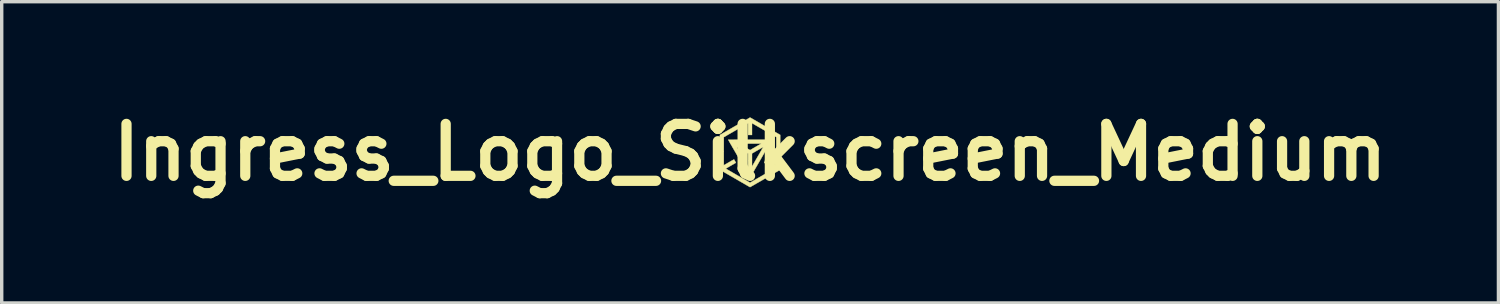
<source format=kicad_pcb>
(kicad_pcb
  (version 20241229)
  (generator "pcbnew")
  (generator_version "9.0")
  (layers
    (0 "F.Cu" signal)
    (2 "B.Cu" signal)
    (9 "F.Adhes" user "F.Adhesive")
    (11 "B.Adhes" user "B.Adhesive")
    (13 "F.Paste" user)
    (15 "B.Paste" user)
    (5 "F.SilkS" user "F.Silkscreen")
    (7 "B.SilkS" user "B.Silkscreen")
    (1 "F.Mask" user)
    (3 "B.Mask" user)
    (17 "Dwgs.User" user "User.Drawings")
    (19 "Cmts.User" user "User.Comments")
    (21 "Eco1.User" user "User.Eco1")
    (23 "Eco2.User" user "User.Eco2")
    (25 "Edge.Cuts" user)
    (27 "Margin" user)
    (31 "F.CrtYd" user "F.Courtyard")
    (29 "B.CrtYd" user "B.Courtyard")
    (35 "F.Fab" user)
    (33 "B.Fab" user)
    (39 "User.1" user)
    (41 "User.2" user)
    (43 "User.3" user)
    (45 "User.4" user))
  (footprint "Ingress_Logo_Silkscreen_Medium"
    (layer "F.Cu")
    (at 18.948 1.418)
    (property "Reference" "Ingress_Logo_Silkscreen_Medium" (at 0 0 0) (layer "F.SilkS") (effects (font (size 1.524 1.524) (thickness 0.3))))
    (attr through_hole)
    (fp_poly (pts (xy 0.251 -0.372) (xy 0.283 -0.372) (xy 0.315 -0.372) (xy 0.345 -0.372) (xy 0.374 -0.372) (xy 0.403 -0.372) (xy 0.43 -0.372) (xy 0.456 -0.372) (xy 0.481 -0.372) (xy 0.504 -0.372) (xy 0.526 -0.372) (xy 0.546 -0.372) (xy 0.564 -0.372) (xy 0.581 -0.371) (xy 0.596 -0.371) (xy 0.609 -0.371) (xy 0.62 -0.371) (xy 0.629 -0.371) (xy 0.636 -0.371) (xy 0.64 -0.371) (xy 0.642 -0.371) (xy 0.642 -0.371) (xy 0.642 -0.37) (xy 0.64 -0.366) (xy 0.637 -0.361) (xy 0.633 -0.354) (xy 0.628 -0.345) (xy 0.622 -0.335) (xy 0.615 -0.323) (xy 0.607 -0.309) (xy 0.598 -0.294) (xy 0.589 -0.278) (xy 0.579 -0.26) (xy 0.568 -0.241) (xy 0.557 -0.221) (xy 0.544 -0.2) (xy 0.532 -0.178) (xy 0.519 -0.156) (xy 0.505 -0.133) (xy 0.492 -0.109) (xy 0.478 -0.084) (xy 0.463 -0.059) (xy 0.449 -0.034) (xy 0.434 -0.008) (xy 0.419 0.017) (xy 0.404 0.043) (xy 0.389 0.069) (xy 0.374 0.095) (xy 0.36 0.12) (xy 0.345 0.145) (xy 0.331 0.17) (xy 0.317 0.195) (xy 0.303 0.219) (xy 0.289 0.242) (xy 0.276 0.264) (xy 0.264 0.286) (xy 0.252 0.307) (xy 0.24 0.327) (xy 0.229 0.346) (xy 0.219 0.363) (xy 0.21 0.38) (xy 0.201 0.395) (xy 0.193 0.408) (xy 0.186 0.42) (xy 0.18 0.431) (xy 0.175 0.44) (xy 0.171 0.446) (xy 0.168 0.452) (xy 0.166 0.455) (xy 0.166 0.455) (xy 0.165 0.457) (xy 0.162 0.462) (xy 0.158 0.469) (xy 0.153 0.477) (xy 0.147 0.487) (xy 0.141 0.499) (xy 0.133 0.511) (xy 0.126 0.525) (xy 0.117 0.54) (xy 0.108 0.555) (xy 0.099 0.572) (xy 0.089 0.589) (xy 0.079 0.605) (xy 0.07 0.622) (xy 0.06 0.638) (xy 0.051 0.654) (xy 0.043 0.669) (xy 0.035 0.682) (xy 0.027 0.695) (xy 0.021 0.706) (xy 0.015 0.716) (xy 0.01 0.725) (xy 0.006 0.732) (xy 0.003 0.737) (xy 0.001 0.74) (xy 0.000013 0.742) (xy 0 0.742) (xy -0.001 0.741) (xy -0.003 0.737) (xy -0.006 0.732) (xy -0.01 0.725) (xy -0.015 0.716) (xy -0.021 0.705) (xy -0.029 0.693) (xy -0.037 0.678) (xy -0.046 0.662) (xy -0.056 0.645) (xy -0.067 0.626) (xy -0.079 0.605) (xy -0.092 0.583) (xy -0.105 0.56) (xy -0.119 0.535) (xy -0.134 0.51) (xy -0.15 0.483) (xy -0.166 0.455) (xy -0.183 0.426) (xy -0.2 0.396) (xy -0.218 0.365) (xy -0.236 0.334) (xy -0.255 0.302) (xy -0.274 0.268) (xy -0.293 0.235) (xy -0.313 0.201) (xy -0.321 0.186) (xy -0.519 -0.157) (xy -0.387 -0.157) (xy -0.386 -0.156) (xy -0.384 -0.153) (xy -0.382 -0.148) (xy -0.378 -0.141) (xy -0.373 -0.132) (xy -0.367 -0.122) (xy -0.36 -0.11) (xy -0.353 -0.097) (xy -0.344 -0.083) (xy -0.335 -0.067) (xy -0.326 -0.05) (xy -0.316 -0.033) (xy -0.305 -0.014) (xy -0.294 0.005) (xy -0.283 0.025) (xy -0.271 0.045) (xy -0.259 0.066) (xy -0.247 0.087) (xy -0.234 0.108) (xy -0.222 0.13) (xy -0.21 0.151) (xy -0.197 0.173) (xy -0.185 0.194) (xy -0.173 0.214) (xy -0.161 0.235) (xy -0.15 0.255) (xy -0.139 0.274) (xy -0.128 0.292) (xy -0.118 0.31) (xy -0.109 0.326) (xy -0.1 0.342) (xy -0.091 0.356) (xy -0.084 0.369) (xy -0.077 0.38) (xy -0.071 0.39) (xy -0.066 0.399) (xy -0.063 0.406) (xy -0.06 0.41) (xy -0.058 0.413) (xy -0.057 0.414) (xy -0.057 0.413) (xy -0.057 0.409) (xy -0.057 0.404) (xy -0.057 0.396) (xy -0.057 0.386) (xy -0.057 0.374) (xy -0.057 0.361) (xy -0.057 0.346) (xy -0.057 0.33) (xy -0.057 0.313) (xy -0.057 0.294) (xy -0.057 0.274) (xy -0.057 0.254) (xy -0.057 0.232) (xy -0.057 0.224) (xy 0.057 0.224) (xy 0.057 0.25) (xy 0.057 0.273) (xy 0.057 0.294) (xy 0.057 0.314) (xy 0.057 0.331) (xy 0.057 0.346) (xy 0.057 0.359) (xy 0.057 0.37) (xy 0.057 0.38) (xy 0.057 0.388) (xy 0.058 0.395) (xy 0.058 0.401) (xy 0.058 0.405) (xy 0.058 0.408) (xy 0.058 0.411) (xy 0.058 0.412) (xy 0.059 0.412) (xy 0.059 0.412) (xy 0.06 0.411) (xy 0.062 0.407) (xy 0.065 0.402) (xy 0.069 0.395) (xy 0.073 0.387) (xy 0.079 0.378) (xy 0.085 0.367) (xy 0.092 0.355) (xy 0.099 0.343) (xy 0.105 0.332) (xy 0.113 0.319) (xy 0.12 0.307) (xy 0.127 0.295) (xy 0.133 0.284) (xy 0.138 0.275) (xy 0.143 0.266) (xy 0.147 0.259) (xy 0.15 0.254) (xy 0.152 0.251) (xy 0.153 0.249) (xy 0.154 0.248) (xy 0.156 0.244) (xy 0.159 0.239) (xy 0.163 0.231) (xy 0.168 0.222) (xy 0.174 0.212) (xy 0.181 0.2) (xy 0.189 0.186) (xy 0.198 0.171) (xy 0.207 0.155) (xy 0.217 0.138) (xy 0.227 0.12) (xy 0.238 0.102) (xy 0.249 0.082) (xy 0.261 0.062) (xy 0.271 0.045) (xy 0.283 0.024) (xy 0.294 0.004) (xy 0.305 -0.015) (xy 0.316 -0.034) (xy 0.326 -0.051) (xy 0.336 -0.068) (xy 0.345 -0.084) (xy 0.353 -0.098) (xy 0.36 -0.111) (xy 0.367 -0.122) (xy 0.373 -0.132) (xy 0.378 -0.141) (xy 0.381 -0.148) (xy 0.384 -0.152) (xy 0.386 -0.155) (xy 0.386 -0.156) (xy 0.385 -0.156) (xy 0.382 -0.154) (xy 0.377 -0.151) (xy 0.37 -0.147) (xy 0.362 -0.142) (xy 0.352 -0.137) (xy 0.341 -0.13) (xy 0.329 -0.123) (xy 0.315 -0.116) (xy 0.301 -0.107) (xy 0.285 -0.099) (xy 0.269 -0.089) (xy 0.26 -0.084) (xy 0.243 -0.074) (xy 0.226 -0.064) (xy 0.209 -0.054) (xy 0.192 -0.045) (xy 0.176 -0.036) (xy 0.161 -0.027) (xy 0.147 -0.019) (xy 0.134 -0.011) (xy 0.122 -0.004) (xy 0.112 0.002) (xy 0.103 0.006) (xy 0.097 0.01) (xy 0.096 0.011) (xy 0.057 0.033) (xy 0.057 0.224) (xy -0.057 0.224) (xy -0.057 0.224) (xy -0.057 0.033) (xy -0.222 -0.062) (xy -0.24 -0.073) (xy -0.258 -0.083) (xy -0.276 -0.093) (xy -0.292 -0.103) (xy -0.308 -0.112) (xy -0.322 -0.12) (xy -0.336 -0.128) (xy -0.348 -0.135) (xy -0.358 -0.141) (xy -0.368 -0.146) (xy -0.375 -0.15) (xy -0.381 -0.154) (xy -0.385 -0.156) (xy -0.387 -0.157) (xy -0.387 -0.157) (xy -0.519 -0.157) (xy -0.576 -0.256) (xy -0.33 -0.256) (xy -0.165 -0.161) (xy -0.146 -0.15) (xy -0.128 -0.14) (xy -0.111 -0.13) (xy -0.094 -0.12) (xy -0.079 -0.111) (xy -0.064 -0.103) (xy -0.051 -0.095) (xy -0.039 -0.088) (xy -0.028 -0.082) (xy -0.019 -0.077) (xy -0.011 -0.073) (xy -0.005 -0.07) (xy -0.002 -0.067) (xy 0.000419 -0.066) (xy 0.001 -0.066) (xy 0.002 -0.067) (xy 0.005 -0.069) (xy 0.01 -0.072) (xy 0.016 -0.075) (xy 0.024 -0.079) (xy 0.032 -0.084) (xy 0.04 -0.089) (xy 0.047 -0.093) (xy 0.055 -0.098) (xy 0.065 -0.103) (xy 0.076 -0.11) (xy 0.089 -0.118) (xy 0.103 -0.126) (xy 0.119 -0.134) (xy 0.134 -0.144) (xy 0.151 -0.153) (xy 0.168 -0.163) (xy 0.185 -0.173) (xy 0.202 -0.183) (xy 0.204 -0.184) (xy 0.329 -0.256) (xy 0.164 -0.256) (xy 0.14 -0.256) (xy 0.114 -0.256) (xy 0.086 -0.257) (xy 0.057 -0.257) (xy 0.028 -0.257) (xy -0.003 -0.257) (xy -0.033 -0.257) (xy -0.063 -0.257) (xy -0.092 -0.257) (xy -0.119 -0.256) (xy -0.145 -0.256) (xy -0.165 -0.256) (xy -0.33 -0.256) (xy -0.576 -0.256) (xy -0.642 -0.37) (xy -0.421 -0.371) (xy -0.392 -0.371) (xy -0.361 -0.371) (xy -0.33 -0.371) (xy -0.298 -0.371) (xy -0.265 -0.371) (xy -0.232 -0.371) (xy -0.198 -0.372) (xy -0.163 -0.372) (xy -0.128 -0.372) (xy -0.093 -0.372) (xy -0.058 -0.372) (xy -0.023 -0.372) (xy 0.012 -0.372) (xy 0.047 -0.372) (xy 0.082 -0.372) (xy 0.117 -0.372) (xy 0.151 -0.372) (xy 0.185 -0.372) (xy 0.219 -0.372) (xy 0.251 -0.372)) (stroke (width 0.01) (type solid)) (fill yes) (layer "F.SilkS"))
    (fp_poly (pts (xy 0.442 -0.767) (xy 0.884 -0.512) (xy 0.884 0.512) (xy 0.543 0.708) (xy 0.502 0.732) (xy 0.464 0.754) (xy 0.427 0.775) (xy 0.392 0.795) (xy 0.36 0.814) (xy 0.329 0.832) (xy 0.3 0.848) (xy 0.273 0.864) (xy 0.247 0.879) (xy 0.223 0.893) (xy 0.201 0.905) (xy 0.18 0.917) (xy 0.161 0.929) (xy 0.143 0.939) (xy 0.127 0.948) (xy 0.112 0.957) (xy 0.098 0.965) (xy 0.085 0.972) (xy 0.073 0.979) (xy 0.063 0.985) (xy 0.054 0.99) (xy 0.045 0.995) (xy 0.038 0.999) (xy 0.031 1.003) (xy 0.025 1.006) (xy 0.02 1.009) (xy 0.016 1.012) (xy 0.013 1.014) (xy 0.01 1.015) (xy 0.007 1.017) (xy 0.005 1.018) (xy 0.003 1.019) (xy 0.002 1.019) (xy 0.001 1.02) (xy 0.001 1.02) (xy 0.000389 1.02) (xy 0.000154 1.02) (xy -0.001 1.02) (xy -0.005 1.018) (xy -0.01 1.016) (xy -0.016 1.012) (xy -0.022 1.009) (xy -0.024 1.007) (xy -0.028 1.005) (xy -0.035 1.001) (xy -0.042 0.997) (xy -0.052 0.991) (xy -0.063 0.985) (xy -0.075 0.978) (xy -0.089 0.97) (xy -0.103 0.962) (xy -0.118 0.953) (xy -0.133 0.944) (xy -0.149 0.935) (xy -0.162 0.928) (xy -0.173 0.921) (xy -0.186 0.914) (xy -0.201 0.905) (xy -0.218 0.895) (xy -0.237 0.885) (xy -0.257 0.873) (xy -0.278 0.861) (xy -0.301 0.848) (xy -0.324 0.834) (xy -0.349 0.82) (xy -0.374 0.805) (xy -0.4 0.79) (xy -0.426 0.775) (xy -0.453 0.76) (xy -0.48 0.744) (xy -0.508 0.728) (xy -0.535 0.712) (xy -0.562 0.697) (xy -0.581 0.686) (xy -0.884 0.511) (xy -0.884 -0.445) (xy -0.77 -0.445) (xy -0.77 -0.033) (xy -0.77 -0.002) (xy -0.77 0.03) (xy -0.77 0.06) (xy -0.77 0.09) (xy -0.77 0.118) (xy -0.77 0.146) (xy -0.77 0.173) (xy -0.77 0.198) (xy -0.77 0.222) (xy -0.77 0.245) (xy -0.77 0.266) (xy -0.77 0.286) (xy -0.77 0.304) (xy -0.77 0.32) (xy -0.77 0.335) (xy -0.77 0.347) (xy -0.77 0.358) (xy -0.77 0.366) (xy -0.77 0.373) (xy -0.77 0.377) (xy -0.77 0.378) (xy -0.77 0.378) (xy -0.769 0.378) (xy -0.765 0.376) (xy -0.76 0.373) (xy -0.754 0.369) (xy -0.745 0.364) (xy -0.735 0.358) (xy -0.724 0.352) (xy -0.711 0.345) (xy -0.697 0.337) (xy -0.682 0.328) (xy -0.666 0.319) (xy -0.65 0.309) (xy -0.632 0.299) (xy -0.62 0.292) (xy -0.599 0.28) (xy -0.58 0.269) (xy -0.563 0.259) (xy -0.547 0.25) (xy -0.534 0.242) (xy -0.522 0.236) (xy -0.511 0.23) (xy -0.502 0.225) (xy -0.495 0.22) (xy -0.488 0.217) (xy -0.483 0.214) (xy -0.479 0.212) (xy -0.476 0.21) (xy -0.473 0.209) (xy -0.471 0.208) (xy -0.47 0.208) (xy -0.47 0.208) (xy -0.47 0.208) (xy -0.469 0.21) (xy -0.467 0.213) (xy -0.464 0.218) (xy -0.46 0.225) (xy -0.456 0.232) (xy -0.45 0.241) (xy -0.445 0.251) (xy -0.441 0.257) (xy -0.436 0.267) (xy -0.43 0.276) (xy -0.426 0.285) (xy -0.422 0.292) (xy -0.419 0.298) (xy -0.416 0.302) (xy -0.415 0.305) (xy -0.415 0.305) (xy -0.416 0.306) (xy -0.419 0.308) (xy -0.425 0.311) (xy -0.431 0.315) (xy -0.44 0.32) (xy -0.45 0.326) (xy -0.462 0.332) (xy -0.474 0.34) (xy -0.488 0.348) (xy -0.503 0.356) (xy -0.519 0.365) (xy -0.536 0.375) (xy -0.553 0.385) (xy -0.564 0.391) (xy -0.581 0.401) (xy -0.598 0.411) (xy -0.615 0.421) (xy -0.63 0.43) (xy -0.645 0.438) (xy -0.658 0.446) (xy -0.67 0.453) (xy -0.681 0.459) (xy -0.691 0.465) (xy -0.699 0.469) (xy -0.705 0.473) (xy -0.709 0.476) (xy -0.712 0.477) (xy -0.712 0.477) (xy -0.711 0.478) (xy -0.708 0.48) (xy -0.703 0.483) (xy -0.696 0.487) (xy -0.687 0.492) (xy -0.677 0.498) (xy -0.665 0.505) (xy -0.652 0.513) (xy -0.637 0.521) (xy -0.621 0.53) (xy -0.604 0.54) (xy -0.586 0.551) (xy -0.566 0.562) (xy -0.546 0.574) (xy -0.525 0.586) (xy -0.504 0.599) (xy -0.481 0.612) (xy -0.458 0.625) (xy -0.435 0.638) (xy -0.412 0.652) (xy -0.388 0.666) (xy -0.364 0.68) (xy -0.34 0.693) (xy -0.316 0.707) (xy -0.292 0.721) (xy -0.269 0.734) (xy -0.246 0.748) (xy -0.223 0.761) (xy -0.201 0.774) (xy -0.18 0.786) (xy -0.159 0.798) (xy -0.139 0.809) (xy -0.12 0.82) (xy -0.102 0.831) (xy -0.085 0.84) (xy -0.07 0.849) (xy -0.055 0.858) (xy -0.043 0.865) (xy -0.031 0.872) (xy -0.021 0.877) (xy -0.013 0.882) (xy -0.007 0.885) (xy -0.003 0.888) (xy -0.000363 0.889) (xy 0.000068 0.889) (xy 0.001 0.889) (xy 0.004 0.887) (xy 0.009 0.884) (xy 0.016 0.88) (xy 0.024 0.876) (xy 0.034 0.87) (xy 0.045 0.864) (xy 0.057 0.857) (xy 0.069 0.85) (xy 0.083 0.842) (xy 0.097 0.833) (xy 0.098 0.833) (xy 0.108 0.827) (xy 0.121 0.82) (xy 0.135 0.812) (xy 0.151 0.802) (xy 0.168 0.792) (xy 0.187 0.781) (xy 0.207 0.77) (xy 0.229 0.757) (xy 0.251 0.744) (xy 0.274 0.731) (xy 0.298 0.717) (xy 0.322 0.703) (xy 0.347 0.689) (xy 0.372 0.674) (xy 0.397 0.66) (xy 0.423 0.645) (xy 0.447 0.631) (xy 0.454 0.627) (xy 0.483 0.611) (xy 0.51 0.595) (xy 0.535 0.58) (xy 0.558 0.567) (xy 0.579 0.555) (xy 0.598 0.544) (xy 0.616 0.533) (xy 0.632 0.524) (xy 0.646 0.516) (xy 0.658 0.509) (xy 0.669 0.502) (xy 0.679 0.496) (xy 0.687 0.492) (xy 0.694 0.487) (xy 0.7 0.484) (xy 0.704 0.481) (xy 0.707 0.479) (xy 0.709 0.478) (xy 0.71 0.477) (xy 0.71 0.477) (xy 0.709 0.476) (xy 0.706 0.474) (xy 0.701 0.471) (xy 0.694 0.467) (xy 0.685 0.462) (xy 0.675 0.456) (xy 0.663 0.449) (xy 0.651 0.442) (xy 0.637 0.434) (xy 0.622 0.425) (xy 0.606 0.416) (xy 0.589 0.406) (xy 0.572 0.396) (xy 0.561 0.39) (xy 0.413 0.305) (xy 0.422 0.29) (xy 0.424 0.286) (xy 0.428 0.279) (xy 0.433 0.271) (xy 0.438 0.262) (xy 0.443 0.253) (xy 0.448 0.244) (xy 0.45 0.242) (xy 0.454 0.233) (xy 0.459 0.226) (xy 0.463 0.219) (xy 0.466 0.213) (xy 0.468 0.209) (xy 0.47 0.207) (xy 0.47 0.207) (xy 0.471 0.207) (xy 0.474 0.209) (xy 0.479 0.212) (xy 0.486 0.215) (xy 0.494 0.22) (xy 0.504 0.225) (xy 0.515 0.232) (xy 0.527 0.238) (xy 0.54 0.246) (xy 0.553 0.254) (xy 0.568 0.262) (xy 0.583 0.27) (xy 0.598 0.279) (xy 0.614 0.288) (xy 0.629 0.297) (xy 0.645 0.306) (xy 0.66 0.315) (xy 0.675 0.323) (xy 0.689 0.331) (xy 0.703 0.339) (xy 0.716 0.347) (xy 0.728 0.353) (xy 0.738 0.36) (xy 0.748 0.365) (xy 0.756 0.37) (xy 0.762 0.374) (xy 0.766 0.376) (xy 0.77 0.378) (xy 0.77 -0.033) (xy 0.77 -0.445) (xy 0.415 -0.65) (xy 0.387 -0.666) (xy 0.36 -0.681) (xy 0.334 -0.697) (xy 0.308 -0.711) (xy 0.283 -0.726) (xy 0.259 -0.739) (xy 0.236 -0.753) (xy 0.214 -0.765) (xy 0.194 -0.777) (xy 0.174 -0.789) (xy 0.155 -0.799) (xy 0.138 -0.809) (xy 0.123 -0.818) (xy 0.109 -0.827) (xy 0.096 -0.834) (xy 0.085 -0.84) (xy 0.076 -0.845) (xy 0.068 -0.85) (xy 0.063 -0.853) (xy 0.06 -0.855) (xy 0.058 -0.856) (xy 0.058 -0.856) (xy 0.058 -0.854) (xy 0.058 -0.851) (xy 0.058 -0.845) (xy 0.058 -0.837) (xy 0.058 -0.828) (xy 0.057 -0.816) (xy 0.057 -0.803) (xy 0.057 -0.789) (xy 0.057 -0.773) (xy 0.057 -0.755) (xy 0.057 -0.737) (xy 0.057 -0.718) (xy 0.057 -0.698) (xy 0.057 -0.683) (xy 0.057 -0.51) (xy -0.057 -0.51) (xy -0.057 -0.683) (xy -0.057 -0.703) (xy -0.057 -0.723) (xy -0.057 -0.742) (xy -0.057 -0.76) (xy -0.057 -0.777) (xy -0.057 -0.793) (xy -0.057 -0.807) (xy -0.057 -0.82) (xy -0.058 -0.831) (xy -0.058 -0.84) (xy -0.058 -0.847) (xy -0.058 -0.852) (xy -0.058 -0.855) (xy -0.058 -0.856) (xy -0.059 -0.855) (xy -0.062 -0.853) (xy -0.068 -0.85) (xy -0.075 -0.846) (xy -0.083 -0.841) (xy -0.094 -0.835) (xy -0.106 -0.828) (xy -0.119 -0.82) (xy -0.134 -0.812) (xy -0.15 -0.803) (xy -0.167 -0.793) (xy -0.186 -0.782) (xy -0.205 -0.771) (xy -0.225 -0.759) (xy -0.246 -0.747) (xy -0.267 -0.735) (xy -0.289 -0.722) (xy -0.29 -0.722) (xy -0.315 -0.708) (xy -0.339 -0.693) (xy -0.365 -0.679) (xy -0.39 -0.664) (xy -0.415 -0.65) (xy -0.441 -0.635) (xy -0.466 -0.621) (xy -0.49 -0.606) (xy -0.514 -0.593) (xy -0.537 -0.579) (xy -0.559 -0.567) (xy -0.579 -0.555) (xy -0.599 -0.544) (xy -0.616 -0.534) (xy -0.632 -0.525) (xy -0.646 -0.517) (xy -0.77 -0.445) (xy -0.884 -0.445) (xy -0.884 -0.511) (xy -0.751 -0.588) (xy -0.739 -0.595) (xy -0.724 -0.604) (xy -0.707 -0.613) (xy -0.689 -0.624) (xy -0.669 -0.635) (xy -0.647 -0.648) (xy -0.625 -0.661) (xy -0.601 -0.675) (xy -0.576 -0.689) (xy -0.55 -0.704) (xy -0.524 -0.719) (xy -0.497 -0.735) (xy -0.469 -0.751) (xy -0.441 -0.767) (xy -0.413 -0.783) (xy -0.385 -0.799) (xy -0.357 -0.815) (xy -0.33 -0.831) (xy -0.309 -0.843) (xy 0.000004 -1.022) (xy 0.442 -0.767)) (stroke (width 0.01) (type solid)) (fill yes) (layer "F.SilkS")))
  (gr_rect
    (start -3 -3)
    (end 40.897 5.836)
    (stroke (width 0.1) (type default))
    (fill no)
    (layer "Edge.Cuts")))
</source>
